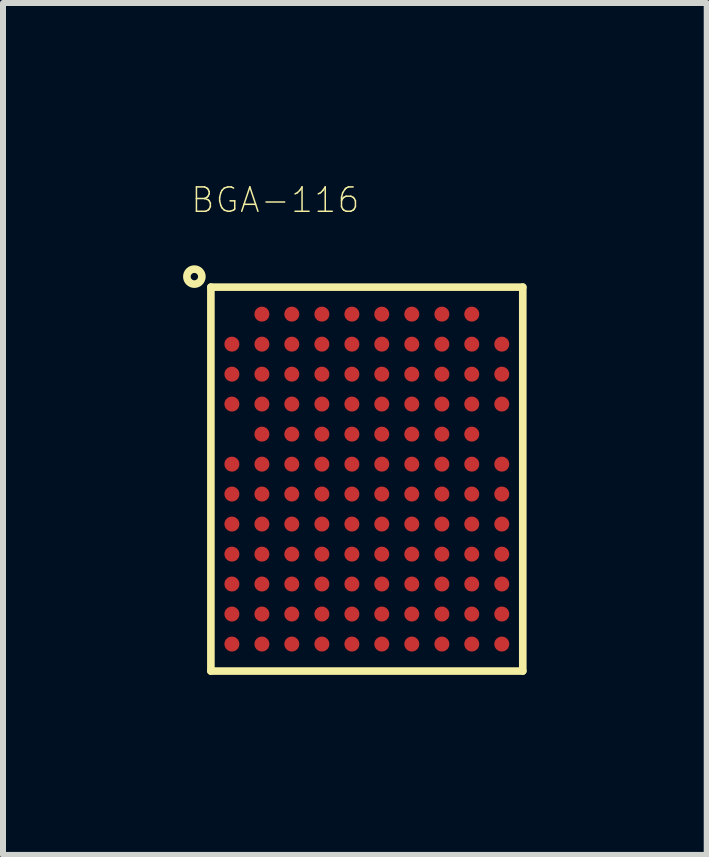
<source format=kicad_pcb>
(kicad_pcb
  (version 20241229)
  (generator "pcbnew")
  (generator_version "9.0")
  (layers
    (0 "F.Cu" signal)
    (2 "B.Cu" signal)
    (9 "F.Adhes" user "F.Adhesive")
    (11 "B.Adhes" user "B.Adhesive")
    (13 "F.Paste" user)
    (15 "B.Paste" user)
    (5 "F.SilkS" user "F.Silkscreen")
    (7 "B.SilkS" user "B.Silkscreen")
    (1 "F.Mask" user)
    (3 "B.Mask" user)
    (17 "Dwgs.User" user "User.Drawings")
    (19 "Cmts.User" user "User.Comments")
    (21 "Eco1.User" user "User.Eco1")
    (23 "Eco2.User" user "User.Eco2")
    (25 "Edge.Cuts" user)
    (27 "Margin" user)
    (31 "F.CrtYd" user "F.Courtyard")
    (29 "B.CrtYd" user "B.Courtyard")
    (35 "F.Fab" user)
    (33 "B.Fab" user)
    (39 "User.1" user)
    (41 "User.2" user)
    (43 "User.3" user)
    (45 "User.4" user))
  (footprint "BGA-116"
    (layer "F.Cu")
    (at 3.061 4.931)
    (property "Reference" "BGA-116" (at -1.524 -4.648 0) (layer "F.SilkS") (effects (font (size 0.406 0.406) (thickness 0.025))))
    (attr smd)
    (fp_line (start -2.598 -3.198) (end 2.598 -3.198) (stroke (width 0.127) (type solid)) (layer "F.SilkS"))
    (fp_line (start -2.598 3.198) (end -2.598 -3.198) (stroke (width 0.127) (type solid)) (layer "F.SilkS"))
    (fp_line (start 2.598 -3.198) (end 2.598 3.198) (stroke (width 0.127) (type solid)) (layer "F.SilkS"))
    (fp_line (start 2.598 3.198) (end -2.598 3.198) (stroke (width 0.127) (type solid)) (layer "F.SilkS"))
    (fp_circle (center -2.873 -3.373) (end -2.873 -3.498) (stroke (width 0.127) (type solid)) (fill no) (layer "F.SilkS"))
    (pad "A2" smd circle (at -1.748 -2.748) (size 0.249 0.249) (layers "F.Cu" "F.Mask" "F.Paste"))
    (pad "A3" smd circle (at -1.25 -2.748) (size 0.249 0.249) (layers "F.Cu" "F.Mask" "F.Paste"))
    (pad "A4" smd circle (at -0.749 -2.748) (size 0.249 0.249) (layers "F.Cu" "F.Mask" "F.Paste"))
    (pad "A5" smd circle (at -0.249 -2.748) (size 0.249 0.249) (layers "F.Cu" "F.Mask" "F.Paste"))
    (pad "A6" smd circle (at 0.249 -2.748) (size 0.249 0.249) (layers "F.Cu" "F.Mask" "F.Paste"))
    (pad "A7" smd circle (at 0.749 -2.748) (size 0.249 0.249) (layers "F.Cu" "F.Mask" "F.Paste"))
    (pad "A8" smd circle (at 1.25 -2.748) (size 0.249 0.249) (layers "F.Cu" "F.Mask" "F.Paste"))
    (pad "A9" smd circle (at 1.748 -2.748) (size 0.249 0.249) (layers "F.Cu" "F.Mask" "F.Paste"))
    (pad "B1" smd circle (at -2.248 -2.248) (size 0.249 0.249) (layers "F.Cu" "F.Mask" "F.Paste"))
    (pad "B2" smd circle (at -1.748 -2.248) (size 0.249 0.249) (layers "F.Cu" "F.Mask" "F.Paste"))
    (pad "B3" smd circle (at -1.25 -2.248) (size 0.249 0.249) (layers "F.Cu" "F.Mask" "F.Paste"))
    (pad "B4" smd circle (at -0.749 -2.248) (size 0.249 0.249) (layers "F.Cu" "F.Mask" "F.Paste"))
    (pad "B5" smd circle (at -0.249 -2.248) (size 0.249 0.249) (layers "F.Cu" "F.Mask" "F.Paste"))
    (pad "B6" smd circle (at 0.249 -2.248) (size 0.249 0.249) (layers "F.Cu" "F.Mask" "F.Paste"))
    (pad "B7" smd circle (at 0.749 -2.248) (size 0.249 0.249) (layers "F.Cu" "F.Mask" "F.Paste"))
    (pad "B8" smd circle (at 1.25 -2.248) (size 0.249 0.249) (layers "F.Cu" "F.Mask" "F.Paste"))
    (pad "B9" smd circle (at 1.748 -2.248) (size 0.249 0.249) (layers "F.Cu" "F.Mask" "F.Paste"))
    (pad "B10" smd circle (at 2.248 -2.248) (size 0.249 0.249) (layers "F.Cu" "F.Mask" "F.Paste"))
    (pad "C1" smd circle (at -2.248 -1.748) (size 0.249 0.249) (layers "F.Cu" "F.Mask" "F.Paste"))
    (pad "C2" smd circle (at -1.748 -1.748) (size 0.249 0.249) (layers "F.Cu" "F.Mask" "F.Paste"))
    (pad "C3" smd circle (at -1.25 -1.748) (size 0.249 0.249) (layers "F.Cu" "F.Mask" "F.Paste"))
    (pad "C4" smd circle (at -0.749 -1.748) (size 0.249 0.249) (layers "F.Cu" "F.Mask" "F.Paste"))
    (pad "C5" smd circle (at -0.249 -1.748) (size 0.249 0.249) (layers "F.Cu" "F.Mask" "F.Paste"))
    (pad "C6" smd circle (at 0.249 -1.748) (size 0.249 0.249) (layers "F.Cu" "F.Mask" "F.Paste"))
    (pad "C7" smd circle (at 0.749 -1.748) (size 0.249 0.249) (layers "F.Cu" "F.Mask" "F.Paste"))
    (pad "C8" smd circle (at 1.25 -1.748) (size 0.249 0.249) (layers "F.Cu" "F.Mask" "F.Paste"))
    (pad "C9" smd circle (at 1.748 -1.748) (size 0.249 0.249) (layers "F.Cu" "F.Mask" "F.Paste"))
    (pad "C10" smd circle (at 2.248 -1.748) (size 0.249 0.249) (layers "F.Cu" "F.Mask" "F.Paste"))
    (pad "D1" smd circle (at -2.248 -1.25) (size 0.249 0.249) (layers "F.Cu" "F.Mask" "F.Paste"))
    (pad "D2" smd circle (at -1.748 -1.25) (size 0.249 0.249) (layers "F.Cu" "F.Mask" "F.Paste"))
    (pad "D3" smd circle (at -1.25 -1.25) (size 0.249 0.249) (layers "F.Cu" "F.Mask" "F.Paste"))
    (pad "D4" smd circle (at -0.749 -1.25) (size 0.249 0.249) (layers "F.Cu" "F.Mask" "F.Paste"))
    (pad "D5" smd circle (at -0.249 -1.25) (size 0.249 0.249) (layers "F.Cu" "F.Mask" "F.Paste"))
    (pad "D6" smd circle (at 0.249 -1.25) (size 0.249 0.249) (layers "F.Cu" "F.Mask" "F.Paste"))
    (pad "D7" smd circle (at 0.749 -1.25) (size 0.249 0.249) (layers "F.Cu" "F.Mask" "F.Paste"))
    (pad "D8" smd circle (at 1.25 -1.25) (size 0.249 0.249) (layers "F.Cu" "F.Mask" "F.Paste"))
    (pad "D9" smd circle (at 1.748 -1.25) (size 0.249 0.249) (layers "F.Cu" "F.Mask" "F.Paste"))
    (pad "D10" smd circle (at 2.248 -1.25) (size 0.249 0.249) (layers "F.Cu" "F.Mask" "F.Paste"))
    (pad "E2" smd circle (at -1.748 -0.749) (size 0.249 0.249) (layers "F.Cu" "F.Mask" "F.Paste"))
    (pad "E3" smd circle (at -1.25 -0.749) (size 0.249 0.249) (layers "F.Cu" "F.Mask" "F.Paste"))
    (pad "E4" smd circle (at -0.749 -0.749) (size 0.249 0.249) (layers "F.Cu" "F.Mask" "F.Paste"))
    (pad "E5" smd circle (at -0.249 -0.749) (size 0.249 0.249) (layers "F.Cu" "F.Mask" "F.Paste"))
    (pad "E6" smd circle (at 0.249 -0.749) (size 0.249 0.249) (layers "F.Cu" "F.Mask" "F.Paste"))
    (pad "E7" smd circle (at 0.749 -0.749) (size 0.249 0.249) (layers "F.Cu" "F.Mask" "F.Paste"))
    (pad "E8" smd circle (at 1.25 -0.749) (size 0.249 0.249) (layers "F.Cu" "F.Mask" "F.Paste"))
    (pad "E9" smd circle (at 1.748 -0.749) (size 0.249 0.249) (layers "F.Cu" "F.Mask" "F.Paste"))
    (pad "F1" smd circle (at -2.248 -0.249) (size 0.249 0.249) (layers "F.Cu" "F.Mask" "F.Paste"))
    (pad "F2" smd circle (at -1.748 -0.249) (size 0.249 0.249) (layers "F.Cu" "F.Mask" "F.Paste"))
    (pad "F3" smd circle (at -1.25 -0.249) (size 0.249 0.249) (layers "F.Cu" "F.Mask" "F.Paste"))
    (pad "F4" smd circle (at -0.749 -0.249) (size 0.249 0.249) (layers "F.Cu" "F.Mask" "F.Paste"))
    (pad "F5" smd circle (at -0.249 -0.249) (size 0.249 0.249) (layers "F.Cu" "F.Mask" "F.Paste"))
    (pad "F6" smd circle (at 0.249 -0.249) (size 0.249 0.249) (layers "F.Cu" "F.Mask" "F.Paste"))
    (pad "F7" smd circle (at 0.749 -0.249) (size 0.249 0.249) (layers "F.Cu" "F.Mask" "F.Paste"))
    (pad "F8" smd circle (at 1.25 -0.249) (size 0.249 0.249) (layers "F.Cu" "F.Mask" "F.Paste"))
    (pad "F9" smd circle (at 1.748 -0.249) (size 0.249 0.249) (layers "F.Cu" "F.Mask" "F.Paste"))
    (pad "F10" smd circle (at 2.248 -0.249) (size 0.249 0.249) (layers "F.Cu" "F.Mask" "F.Paste"))
    (pad "G1" smd circle (at -2.248 0.249) (size 0.249 0.249) (layers "F.Cu" "F.Mask" "F.Paste"))
    (pad "G2" smd circle (at -1.748 0.249) (size 0.249 0.249) (layers "F.Cu" "F.Mask" "F.Paste"))
    (pad "G3" smd circle (at -1.25 0.249) (size 0.249 0.249) (layers "F.Cu" "F.Mask" "F.Paste"))
    (pad "G4" smd circle (at -0.749 0.249) (size 0.249 0.249) (layers "F.Cu" "F.Mask" "F.Paste"))
    (pad "G5" smd circle (at -0.249 0.249) (size 0.249 0.249) (layers "F.Cu" "F.Mask" "F.Paste"))
    (pad "G6" smd circle (at 0.249 0.249) (size 0.249 0.249) (layers "F.Cu" "F.Mask" "F.Paste"))
    (pad "G7" smd circle (at 0.749 0.249) (size 0.249 0.249) (layers "F.Cu" "F.Mask" "F.Paste"))
    (pad "G8" smd circle (at 1.25 0.249) (size 0.249 0.249) (layers "F.Cu" "F.Mask" "F.Paste"))
    (pad "G9" smd circle (at 1.748 0.249) (size 0.249 0.249) (layers "F.Cu" "F.Mask" "F.Paste"))
    (pad "G10" smd circle (at 2.248 0.249) (size 0.249 0.249) (layers "F.Cu" "F.Mask" "F.Paste"))
    (pad "H1" smd circle (at -2.248 0.749) (size 0.249 0.249) (layers "F.Cu" "F.Mask" "F.Paste"))
    (pad "H2" smd circle (at -1.748 0.749) (size 0.249 0.249) (layers "F.Cu" "F.Mask" "F.Paste"))
    (pad "H3" smd circle (at -1.25 0.749) (size 0.249 0.249) (layers "F.Cu" "F.Mask" "F.Paste"))
    (pad "H4" smd circle (at -0.749 0.749) (size 0.249 0.249) (layers "F.Cu" "F.Mask" "F.Paste"))
    (pad "H5" smd circle (at -0.249 0.749) (size 0.249 0.249) (layers "F.Cu" "F.Mask" "F.Paste"))
    (pad "H6" smd circle (at 0.249 0.749) (size 0.249 0.249) (layers "F.Cu" "F.Mask" "F.Paste"))
    (pad "H7" smd circle (at 0.749 0.749) (size 0.249 0.249) (layers "F.Cu" "F.Mask" "F.Paste"))
    (pad "H8" smd circle (at 1.25 0.749) (size 0.249 0.249) (layers "F.Cu" "F.Mask" "F.Paste"))
    (pad "H9" smd circle (at 1.748 0.749) (size 0.249 0.249) (layers "F.Cu" "F.Mask" "F.Paste"))
    (pad "H10" smd circle (at 2.248 0.749) (size 0.249 0.249) (layers "F.Cu" "F.Mask" "F.Paste"))
    (pad "J1" smd circle (at -2.248 1.25) (size 0.249 0.249) (layers "F.Cu" "F.Mask" "F.Paste"))
    (pad "J2" smd circle (at -1.748 1.25) (size 0.249 0.249) (layers "F.Cu" "F.Mask" "F.Paste"))
    (pad "J3" smd circle (at -1.25 1.25) (size 0.249 0.249) (layers "F.Cu" "F.Mask" "F.Paste"))
    (pad "J4" smd circle (at -0.749 1.25) (size 0.249 0.249) (layers "F.Cu" "F.Mask" "F.Paste"))
    (pad "J5" smd circle (at -0.249 1.25) (size 0.249 0.249) (layers "F.Cu" "F.Mask" "F.Paste"))
    (pad "J6" smd circle (at 0.249 1.25) (size 0.249 0.249) (layers "F.Cu" "F.Mask" "F.Paste"))
    (pad "J7" smd circle (at 0.749 1.25) (size 0.249 0.249) (layers "F.Cu" "F.Mask" "F.Paste"))
    (pad "J8" smd circle (at 1.25 1.25) (size 0.249 0.249) (layers "F.Cu" "F.Mask" "F.Paste"))
    (pad "J9" smd circle (at 1.748 1.25) (size 0.249 0.249) (layers "F.Cu" "F.Mask" "F.Paste"))
    (pad "J10" smd circle (at 2.248 1.25) (size 0.249 0.249) (layers "F.Cu" "F.Mask" "F.Paste"))
    (pad "K1" smd circle (at -2.248 1.748) (size 0.249 0.249) (layers "F.Cu" "F.Mask" "F.Paste"))
    (pad "K2" smd circle (at -1.748 1.748) (size 0.249 0.249) (layers "F.Cu" "F.Mask" "F.Paste"))
    (pad "K3" smd circle (at -1.25 1.748) (size 0.249 0.249) (layers "F.Cu" "F.Mask" "F.Paste"))
    (pad "K4" smd circle (at -0.749 1.748) (size 0.249 0.249) (layers "F.Cu" "F.Mask" "F.Paste"))
    (pad "K5" smd circle (at -0.249 1.748) (size 0.249 0.249) (layers "F.Cu" "F.Mask" "F.Paste"))
    (pad "K6" smd circle (at 0.249 1.748) (size 0.249 0.249) (layers "F.Cu" "F.Mask" "F.Paste"))
    (pad "K7" smd circle (at 0.749 1.748) (size 0.249 0.249) (layers "F.Cu" "F.Mask" "F.Paste"))
    (pad "K8" smd circle (at 1.25 1.748) (size 0.249 0.249) (layers "F.Cu" "F.Mask" "F.Paste"))
    (pad "K9" smd circle (at 1.748 1.748) (size 0.249 0.249) (layers "F.Cu" "F.Mask" "F.Paste"))
    (pad "K10" smd circle (at 2.248 1.748) (size 0.249 0.249) (layers "F.Cu" "F.Mask" "F.Paste"))
    (pad "L1" smd circle (at -2.248 2.248) (size 0.249 0.249) (layers "F.Cu" "F.Mask" "F.Paste"))
    (pad "L2" smd circle (at -1.748 2.248) (size 0.249 0.249) (layers "F.Cu" "F.Mask" "F.Paste"))
    (pad "L3" smd circle (at -1.25 2.248) (size 0.249 0.249) (layers "F.Cu" "F.Mask" "F.Paste"))
    (pad "L4" smd circle (at -0.749 2.248) (size 0.249 0.249) (layers "F.Cu" "F.Mask" "F.Paste"))
    (pad "L5" smd circle (at -0.249 2.248) (size 0.249 0.249) (layers "F.Cu" "F.Mask" "F.Paste"))
    (pad "L6" smd circle (at 0.249 2.248) (size 0.249 0.249) (layers "F.Cu" "F.Mask" "F.Paste"))
    (pad "L7" smd circle (at 0.749 2.248) (size 0.249 0.249) (layers "F.Cu" "F.Mask" "F.Paste"))
    (pad "L8" smd circle (at 1.25 2.248) (size 0.249 0.249) (layers "F.Cu" "F.Mask" "F.Paste"))
    (pad "L9" smd circle (at 1.748 2.248) (size 0.249 0.249) (layers "F.Cu" "F.Mask" "F.Paste"))
    (pad "L10" smd circle (at 2.248 2.248) (size 0.249 0.249) (layers "F.Cu" "F.Mask" "F.Paste"))
    (pad "M1" smd circle (at -2.248 2.748) (size 0.249 0.249) (layers "F.Cu" "F.Mask" "F.Paste"))
    (pad "M2" smd circle (at -1.748 2.748) (size 0.249 0.249) (layers "F.Cu" "F.Mask" "F.Paste"))
    (pad "M3" smd circle (at -1.25 2.748) (size 0.249 0.249) (layers "F.Cu" "F.Mask" "F.Paste"))
    (pad "M4" smd circle (at -0.749 2.748) (size 0.249 0.249) (layers "F.Cu" "F.Mask" "F.Paste"))
    (pad "M5" smd circle (at -0.249 2.748) (size 0.249 0.249) (layers "F.Cu" "F.Mask" "F.Paste"))
    (pad "M6" smd circle (at 0.249 2.748) (size 0.249 0.249) (layers "F.Cu" "F.Mask" "F.Paste"))
    (pad "M7" smd circle (at 0.749 2.748) (size 0.249 0.249) (layers "F.Cu" "F.Mask" "F.Paste"))
    (pad "M8" smd circle (at 1.25 2.748) (size 0.249 0.249) (layers "F.Cu" "F.Mask" "F.Paste"))
    (pad "M9" smd circle (at 1.748 2.748) (size 0.249 0.249) (layers "F.Cu" "F.Mask" "F.Paste"))
    (pad "M10" smd circle (at 2.248 2.748) (size 0.249 0.249) (layers "F.Cu" "F.Mask" "F.Paste")))
  (gr_rect
    (start -3 -3)
    (end 8.723 11.192)
    (stroke (width 0.1) (type default))
    (fill no)
    (layer "Edge.Cuts")))
</source>
